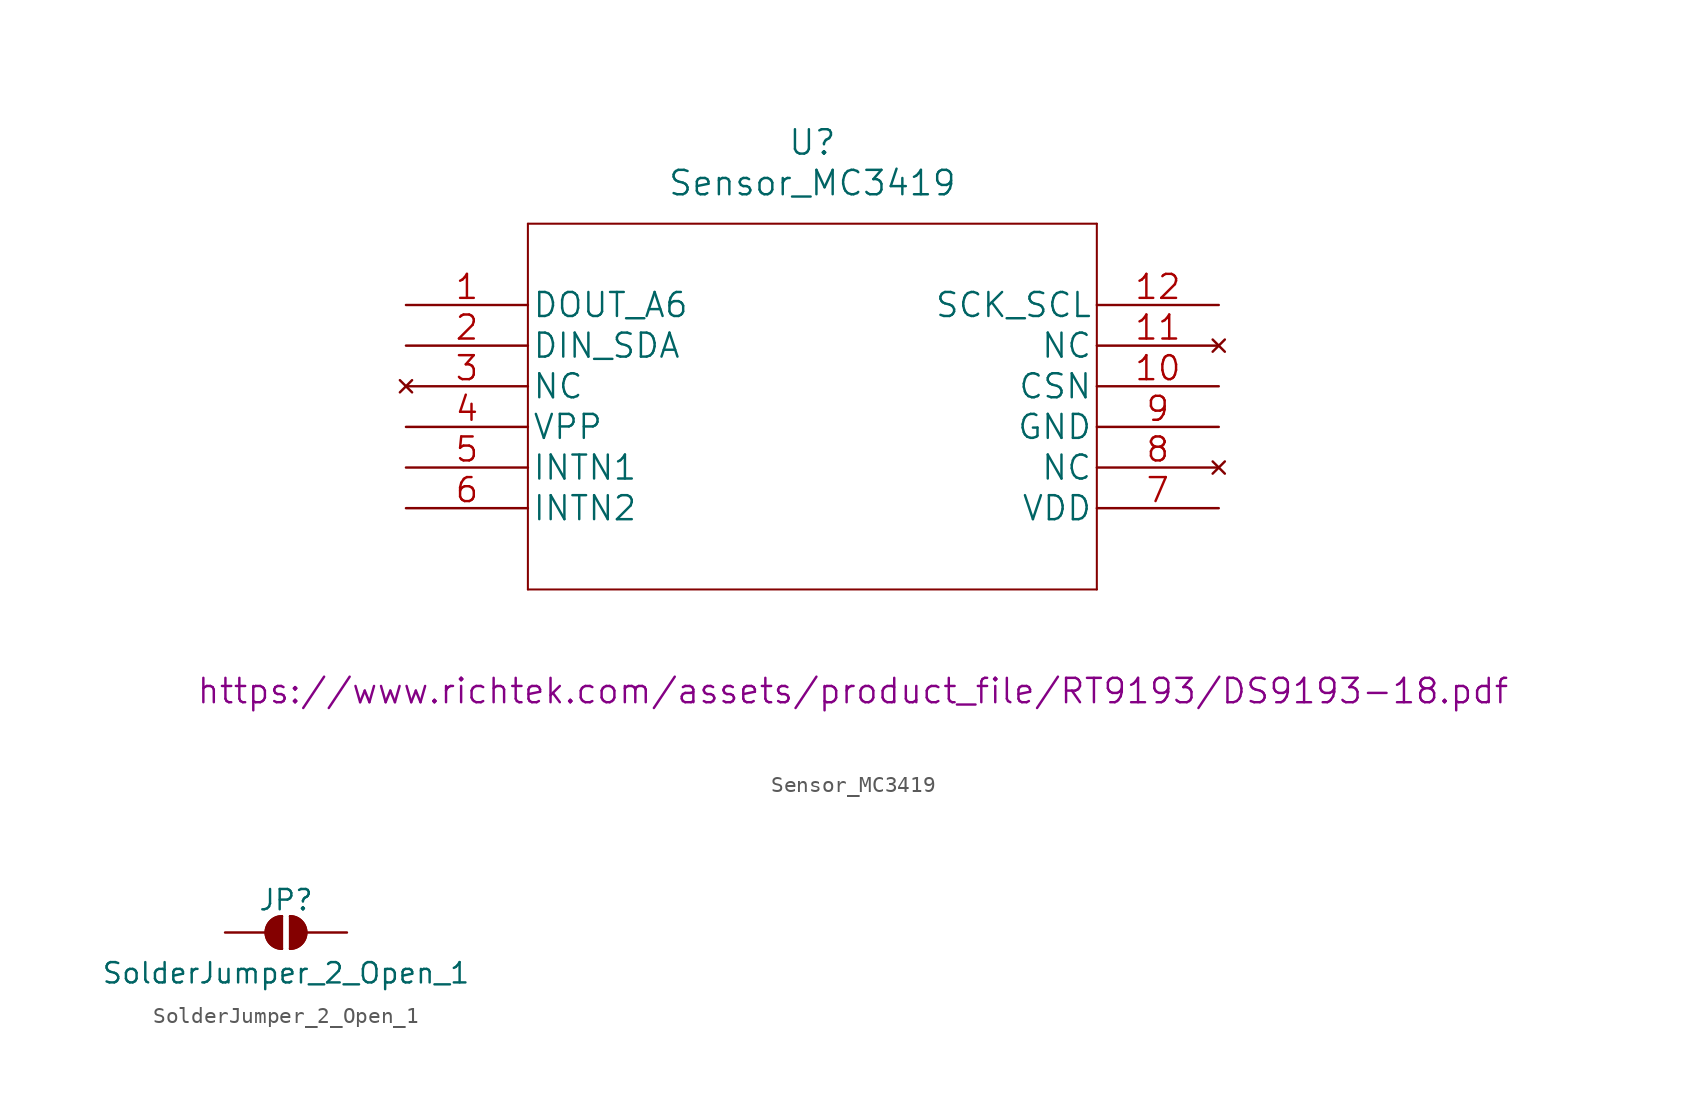
<source format=kicad_sym>
(kicad_symbol_lib
  (version 20220914)
  (generator kicad_symbol_editor)
  (symbol "Sensor_MC3419"
    (pin_names
      (offset 0.254))
    (property "Reference" "U"
      (at 25.4 10.16 0)
      (effects (font (size 1.524 1.524))))
    (property "Value" "Sensor_MC3419"
      (at 25.4 7.62 0)
      (effects (font (size 1.524 1.524))))
    (property "Datasheet" "https://www.richtek.com/assets/product_file/RT9193/DS9193-18.pdf"
      (at 27.94 -24.13 0)
      (effects (font (size 1.524 1.524))))
    (symbol "Sensor_MC3419_1_1"
      (polyline (pts (xy 7.62 -17.78) (xy 43.18 -17.78)) (stroke (width 0.127) (type default)) (fill (type none)))
      (polyline (pts (xy 7.62 5.08) (xy 7.62 -17.78)) (stroke (width 0.127) (type default)) (fill (type none)))
      (polyline (pts (xy 43.18 -17.78) (xy 43.18 5.08)) (stroke (width 0.127) (type default)) (fill (type none)))
      (polyline (pts (xy 43.18 5.08) (xy 7.62 5.08)) (stroke (width 0.127) (type default)) (fill (type none)))
      (pin bidirectional line (at 0 0 0) (length 7.62) (name "DOUT_A6" (effects (font (size 1.499 1.499)))) (number "1" (effects (font (size 1.499 1.499)))))
      (pin input line (at 50.8 -5.08 180) (length 7.62) (name "CSN" (effects (font (size 1.499 1.499)))) (number "10" (effects (font (size 1.499 1.499)))))
      (pin no_connect line (at 50.8 -2.54 180) (length 7.62) (name "NC" (effects (font (size 1.499 1.499)))) (number "11" (effects (font (size 1.499 1.499)))))
      (pin input line (at 50.8 0 180) (length 7.62) (name "SCK_SCL" (effects (font (size 1.499 1.499)))) (number "12" (effects (font (size 1.499 1.499)))))
      (pin bidirectional line (at 0 -2.54 0) (length 7.62) (name "DIN_SDA" (effects (font (size 1.499 1.499)))) (number "2" (effects (font (size 1.499 1.499)))))
      (pin no_connect line (at 0 -5.08 0) (length 7.62) (name "NC" (effects (font (size 1.499 1.499)))) (number "3" (effects (font (size 1.499 1.499)))))
      (pin power_in line (at 0 -7.62 0) (length 7.62) (name "VPP" (effects (font (size 1.499 1.499)))) (number "4" (effects (font (size 1.499 1.499)))))
      (pin output line (at 0 -10.16 0) (length 7.62) (name "INTN1" (effects (font (size 1.499 1.499)))) (number "5" (effects (font (size 1.499 1.499)))))
      (pin output line (at 0 -12.7 0) (length 7.62) (name "INTN2" (effects (font (size 1.499 1.499)))) (number "6" (effects (font (size 1.499 1.499)))))
      (pin power_in line (at 50.8 -12.7 180) (length 7.62) (name "VDD" (effects (font (size 1.499 1.499)))) (number "7" (effects (font (size 1.499 1.499)))))
      (pin no_connect line (at 50.8 -10.16 180) (length 7.62) (name "NC" (effects (font (size 1.499 1.499)))) (number "8" (effects (font (size 1.499 1.499)))))
      (pin power_in line (at 50.8 -7.62 180) (length 7.62) (name "GND" (effects (font (size 1.499 1.499)))) (number "9" (effects (font (size 1.499 1.499)))))))
  (symbol "SolderJumper_2_Open_1"
    (pin_numbers hide)
    (pin_names
      (offset 0) hide)
    (property "Reference" "JP"
      (at 0 2.032 0)
      (effects (font (size 1.27 1.27))))
    (property "Value" "SolderJumper_2_Open_1"
      (at 0 -2.54 0)
      (effects (font (size 1.27 1.27))))
    (symbol "SolderJumper_2_Open_1_0_1"
      (arc (start -0.254 1.016) (mid -1.2656 0) (end -0.254 -1.016) (stroke (width 0) (type default)) (fill (type none)))
      (arc (start -0.254 1.016) (mid -1.2656 0) (end -0.254 -1.016) (stroke (width 0) (type default)) (fill (type outline)))
      (polyline (pts (xy -0.254 1.016) (xy -0.254 -1.016)) (stroke (width 0) (type default)) (fill (type none)))
      (polyline (pts (xy 0.254 1.016) (xy 0.254 -1.016)) (stroke (width 0) (type default)) (fill (type none)))
      (arc (start 0.254 -1.016) (mid 1.2656 0) (end 0.254 1.016) (stroke (width 0) (type default)) (fill (type none)))
      (arc (start 0.254 -1.016) (mid 1.2656 0) (end 0.254 1.016) (stroke (width 0) (type default)) (fill (type outline))))
    (symbol "SolderJumper_2_Open_1_1_1"
      (pin passive line (at -3.81 0 0) (length 2.54) (name "A" (effects (font (size 1.27 1.27)))) (number "1" (effects (font (size 1.27 1.27)))))
      (pin passive line (at 3.81 0 180) (length 2.54) (name "B" (effects (font (size 1.27 1.27)))) (number "2" (effects (font (size 1.27 1.27))))))))
</source>
